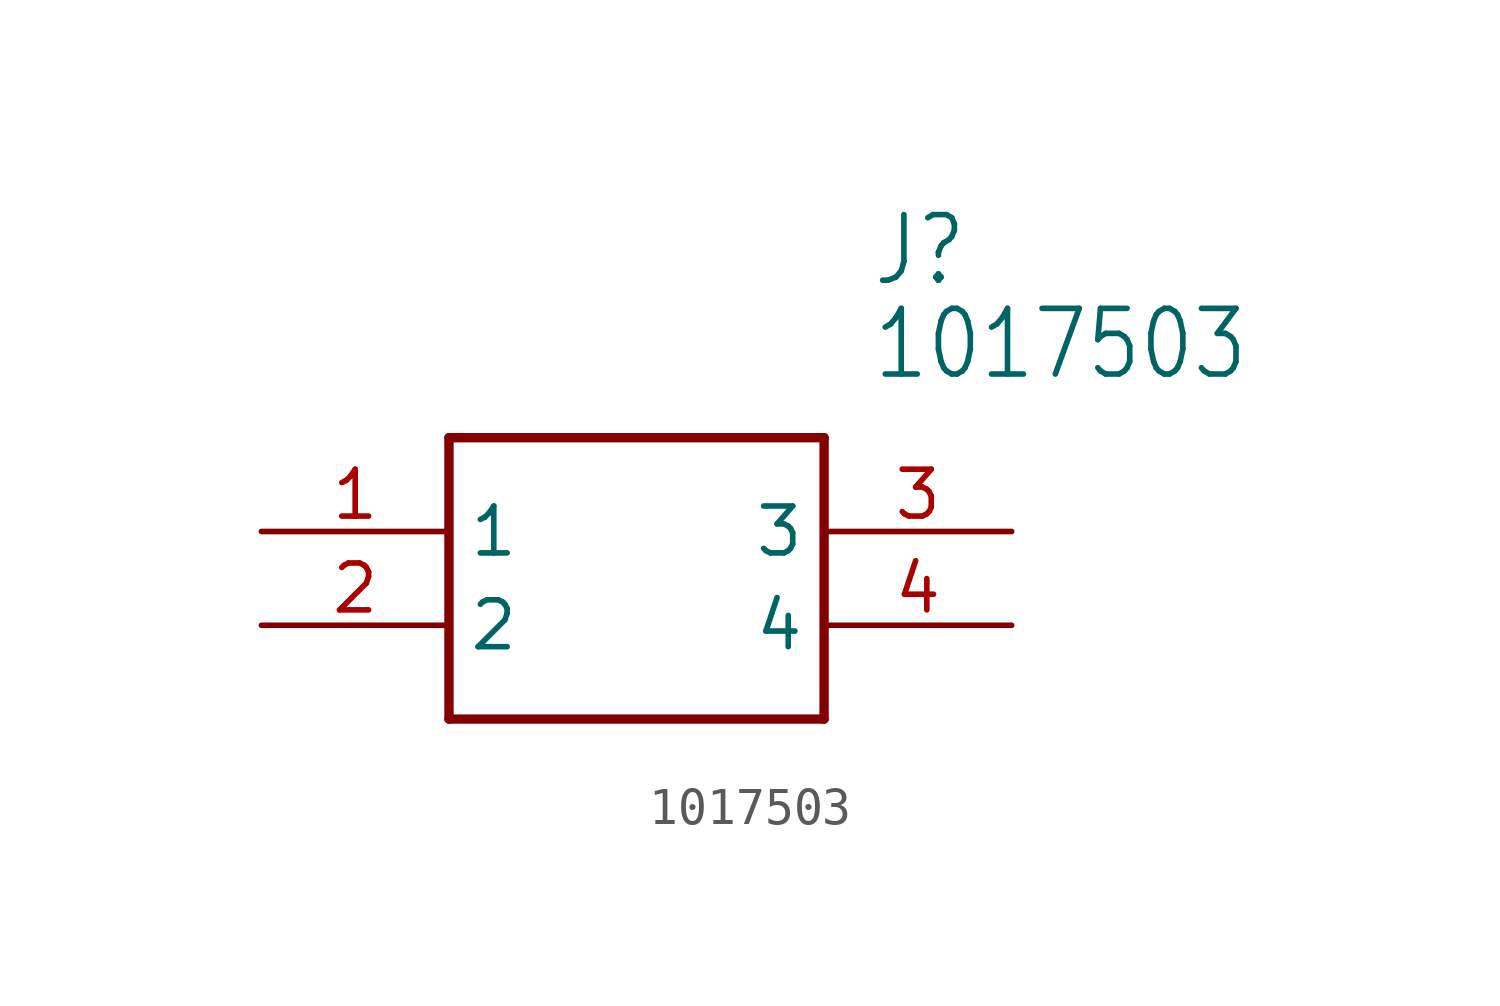
<source format=kicad_sym>
(kicad_symbol_lib
  (version 20211014)
  (generator kicad_symbol_editor)
  (symbol "1017503"
    (property "Reference" "J"
      (at 16.51 7.62 0)
      (effects (font (size 1.778 1.511)) (justify left)))
    (property "Value" "1017503"
      (at 16.51 5.08 0)
      (effects (font (size 1.778 1.511)) (justify left)))
    (property "ki_locked" ""
      (at 0 0 0)
      (effects (font (size 1.27 1.27))))
    (symbol "1017503_1_0"
      (polyline (pts (xy 5.08 2.54) (xy 5.08 -5.08)) (stroke (width 0.254) (type default) (color 0 0 0 0)) (fill (type none)))
      (polyline (pts (xy 5.08 2.54) (xy 15.24 2.54)) (stroke (width 0.254) (type default) (color 0 0 0 0)) (fill (type none)))
      (polyline (pts (xy 15.24 -5.08) (xy 5.08 -5.08)) (stroke (width 0.254) (type default) (color 0 0 0 0)) (fill (type none)))
      (polyline (pts (xy 15.24 -5.08) (xy 15.24 2.54)) (stroke (width 0.254) (type default) (color 0 0 0 0)) (fill (type none)))
      (pin bidirectional line (at 0 0 0) (length 5.08) (name "1" (effects (font (size 1.27 1.27)))) (number "1" (effects (font (size 1.27 1.27)))))
      (pin bidirectional line (at 0 -2.54 0) (length 5.08) (name "2" (effects (font (size 1.27 1.27)))) (number "2" (effects (font (size 1.27 1.27)))))
      (pin bidirectional line (at 20.32 0 180) (length 5.08) (name "3" (effects (font (size 1.27 1.27)))) (number "3" (effects (font (size 1.27 1.27)))))
      (pin bidirectional line (at 20.32 -2.54 180) (length 5.08) (name "4" (effects (font (size 1.27 1.27)))) (number "4" (effects (font (size 1.27 1.27))))))))
</source>
